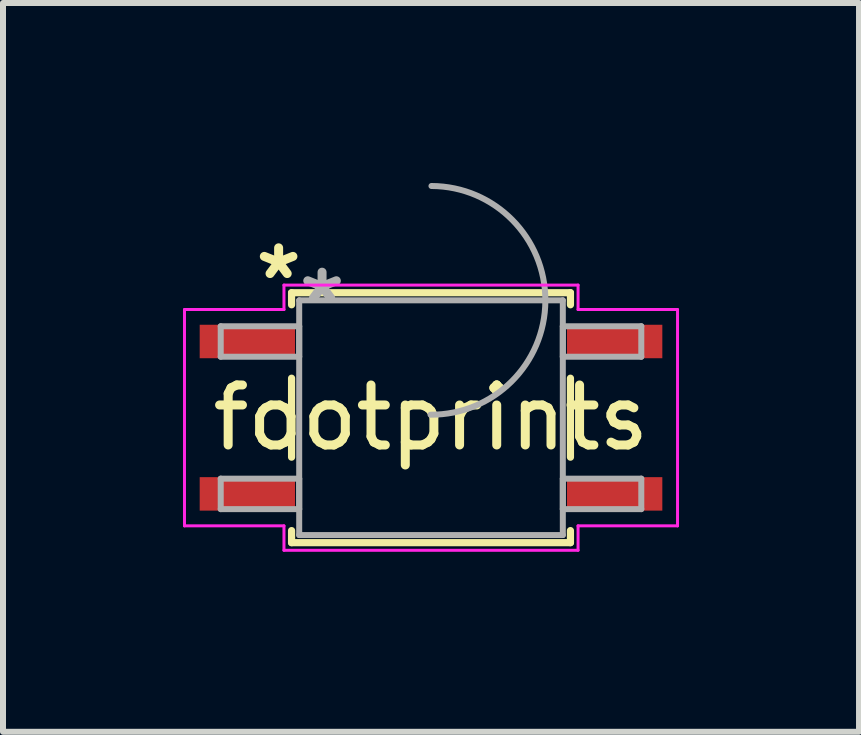
<source format=kicad_pcb>
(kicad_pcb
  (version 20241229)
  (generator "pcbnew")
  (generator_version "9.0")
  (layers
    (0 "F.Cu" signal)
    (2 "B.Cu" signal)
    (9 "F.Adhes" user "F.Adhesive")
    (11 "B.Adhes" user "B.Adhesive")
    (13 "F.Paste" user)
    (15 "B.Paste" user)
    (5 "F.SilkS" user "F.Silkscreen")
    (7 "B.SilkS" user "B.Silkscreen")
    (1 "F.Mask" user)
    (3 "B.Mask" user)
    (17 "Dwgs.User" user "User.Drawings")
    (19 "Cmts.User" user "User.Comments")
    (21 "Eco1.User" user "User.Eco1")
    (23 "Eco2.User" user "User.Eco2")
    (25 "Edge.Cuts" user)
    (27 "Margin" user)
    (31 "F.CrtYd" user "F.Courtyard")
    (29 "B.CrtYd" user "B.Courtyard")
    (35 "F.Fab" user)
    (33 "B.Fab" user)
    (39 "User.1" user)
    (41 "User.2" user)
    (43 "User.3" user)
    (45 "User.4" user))
  (footprint "footprints"
    (layer "F.Cu")
    (at 4.134 3.912)
    (property "Reference" "footprints" (at 0 0 0) (layer "F.SilkS") (effects (font (size 1 1) (thickness 0.15))))
    (attr through_hole)
    (fp_line (start -2.324 -2.083) (end -2.324 -1.882) (stroke (width 0.12) (type solid)) (layer "F.SilkS"))
    (fp_line (start -2.324 -0.658) (end -2.324 0.658) (stroke (width 0.12) (type solid)) (layer "F.SilkS"))
    (fp_line (start -2.324 1.882) (end -2.324 2.083) (stroke (width 0.12) (type solid)) (layer "F.SilkS"))
    (fp_line (start -2.324 2.083) (end 2.324 2.083) (stroke (width 0.12) (type solid)) (layer "F.SilkS"))
    (fp_line (start 2.324 -2.083) (end -2.324 -2.083) (stroke (width 0.12) (type solid)) (layer "F.SilkS"))
    (fp_line (start 2.324 -1.882) (end 2.324 -2.083) (stroke (width 0.12) (type solid)) (layer "F.SilkS"))
    (fp_line (start 2.324 0.658) (end 2.324 -0.658) (stroke (width 0.12) (type solid)) (layer "F.SilkS"))
    (fp_line (start 2.324 2.083) (end 2.324 1.882) (stroke (width 0.12) (type solid)) (layer "F.SilkS"))
    (fp_line (start -4.109 -1.803) (end -2.451 -1.803) (stroke (width 0.05) (type solid)) (layer "F.CrtYd"))
    (fp_line (start -4.109 1.803) (end -4.109 -1.803) (stroke (width 0.05) (type solid)) (layer "F.CrtYd"))
    (fp_line (start -2.451 -2.21) (end 2.451 -2.21) (stroke (width 0.05) (type solid)) (layer "F.CrtYd"))
    (fp_line (start -2.451 -1.803) (end -2.451 -2.21) (stroke (width 0.05) (type solid)) (layer "F.CrtYd"))
    (fp_line (start -2.451 1.803) (end -4.109 1.803) (stroke (width 0.05) (type solid)) (layer "F.CrtYd"))
    (fp_line (start -2.451 2.21) (end -2.451 1.803) (stroke (width 0.05) (type solid)) (layer "F.CrtYd"))
    (fp_line (start 2.451 -2.21) (end 2.451 -1.803) (stroke (width 0.05) (type solid)) (layer "F.CrtYd"))
    (fp_line (start 2.451 -1.803) (end 4.109 -1.803) (stroke (width 0.05) (type solid)) (layer "F.CrtYd"))
    (fp_line (start 2.451 1.803) (end 2.451 2.21) (stroke (width 0.05) (type solid)) (layer "F.CrtYd"))
    (fp_line (start 2.451 2.21) (end -2.451 2.21) (stroke (width 0.05) (type solid)) (layer "F.CrtYd"))
    (fp_line (start 4.109 -1.803) (end 4.109 1.803) (stroke (width 0.05) (type solid)) (layer "F.CrtYd"))
    (fp_line (start 4.109 1.803) (end 2.451 1.803) (stroke (width 0.05) (type solid)) (layer "F.CrtYd"))
    (fp_line (start -3.505 -1.524) (end -3.505 -1.016) (stroke (width 0.1) (type solid)) (layer "F.Fab"))
    (fp_line (start -3.505 -1.016) (end -2.197 -1.016) (stroke (width 0.1) (type solid)) (layer "F.Fab"))
    (fp_line (start -3.505 1.016) (end -3.505 1.524) (stroke (width 0.1) (type solid)) (layer "F.Fab"))
    (fp_line (start -3.505 1.524) (end -2.197 1.524) (stroke (width 0.1) (type solid)) (layer "F.Fab"))
    (fp_line (start -2.197 -1.956) (end -2.197 1.956) (stroke (width 0.1) (type solid)) (layer "F.Fab"))
    (fp_line (start -2.197 -1.524) (end -3.505 -1.524) (stroke (width 0.1) (type solid)) (layer "F.Fab"))
    (fp_line (start -2.197 -1.016) (end -2.197 -1.524) (stroke (width 0.1) (type solid)) (layer "F.Fab"))
    (fp_line (start -2.197 1.016) (end -3.505 1.016) (stroke (width 0.1) (type solid)) (layer "F.Fab"))
    (fp_line (start -2.197 1.524) (end -2.197 1.016) (stroke (width 0.1) (type solid)) (layer "F.Fab"))
    (fp_line (start -2.197 1.956) (end 2.197 1.956) (stroke (width 0.1) (type solid)) (layer "F.Fab"))
    (fp_line (start 2.197 -1.956) (end -2.197 -1.956) (stroke (width 0.1) (type solid)) (layer "F.Fab"))
    (fp_line (start 2.197 -1.524) (end 2.197 -1.016) (stroke (width 0.1) (type solid)) (layer "F.Fab"))
    (fp_line (start 2.197 -1.016) (end 3.505 -1.016) (stroke (width 0.1) (type solid)) (layer "F.Fab"))
    (fp_line (start 2.197 1.016) (end 2.197 1.524) (stroke (width 0.1) (type solid)) (layer "F.Fab"))
    (fp_line (start 2.197 1.524) (end 3.505 1.524) (stroke (width 0.1) (type solid)) (layer "F.Fab"))
    (fp_line (start 2.197 1.956) (end 2.197 -1.956) (stroke (width 0.1) (type solid)) (layer "F.Fab"))
    (fp_line (start 3.505 -1.524) (end 2.197 -1.524) (stroke (width 0.1) (type solid)) (layer "F.Fab"))
    (fp_line (start 3.505 -1.016) (end 3.505 -1.524) (stroke (width 0.1) (type solid)) (layer "F.Fab"))
    (fp_line (start 3.505 1.016) (end 2.197 1.016) (stroke (width 0.1) (type solid)) (layer "F.Fab"))
    (fp_line (start 3.505 1.524) (end 3.505 1.016) (stroke (width 0.1) (type solid)) (layer "F.Fab"))
    (fp_arc (start 0.007742 -3.861923) (mid 1.906123 -1.948058) (end -0.007742 -0.049677) (stroke (width 0.1) (type solid)) (layer "F.Fab"))
    (fp_text user "*" (at -2.54 -2.286 0) (layer "F.SilkS") (effects (font (size 1 1) (thickness 0.15))))
    (fp_text user "*" (at -1.816 -1.88 0) (layer "F.Fab") (effects (font (size 1 1) (thickness 0.15))))
    (pad "1" smd rect (at -3.061 -1.27) (size 1.589 0.558) (layers "F.Cu" "F.Mask" "F.Paste"))
    (pad "2" smd rect (at -3.061 1.27) (size 1.589 0.558) (layers "F.Cu" "F.Mask" "F.Paste"))
    (pad "3" smd rect (at 3.061 1.27) (size 1.589 0.558) (layers "F.Cu" "F.Mask" "F.Paste"))
    (pad "4" smd rect (at 3.061 -1.27) (size 1.589 0.558) (layers "F.Cu" "F.Mask" "F.Paste")))
  (gr_rect
    (start -3 -3)
    (end 11.268 9.147)
    (stroke (width 0.1) (type default))
    (fill no)
    (layer "Edge.Cuts")))
</source>
